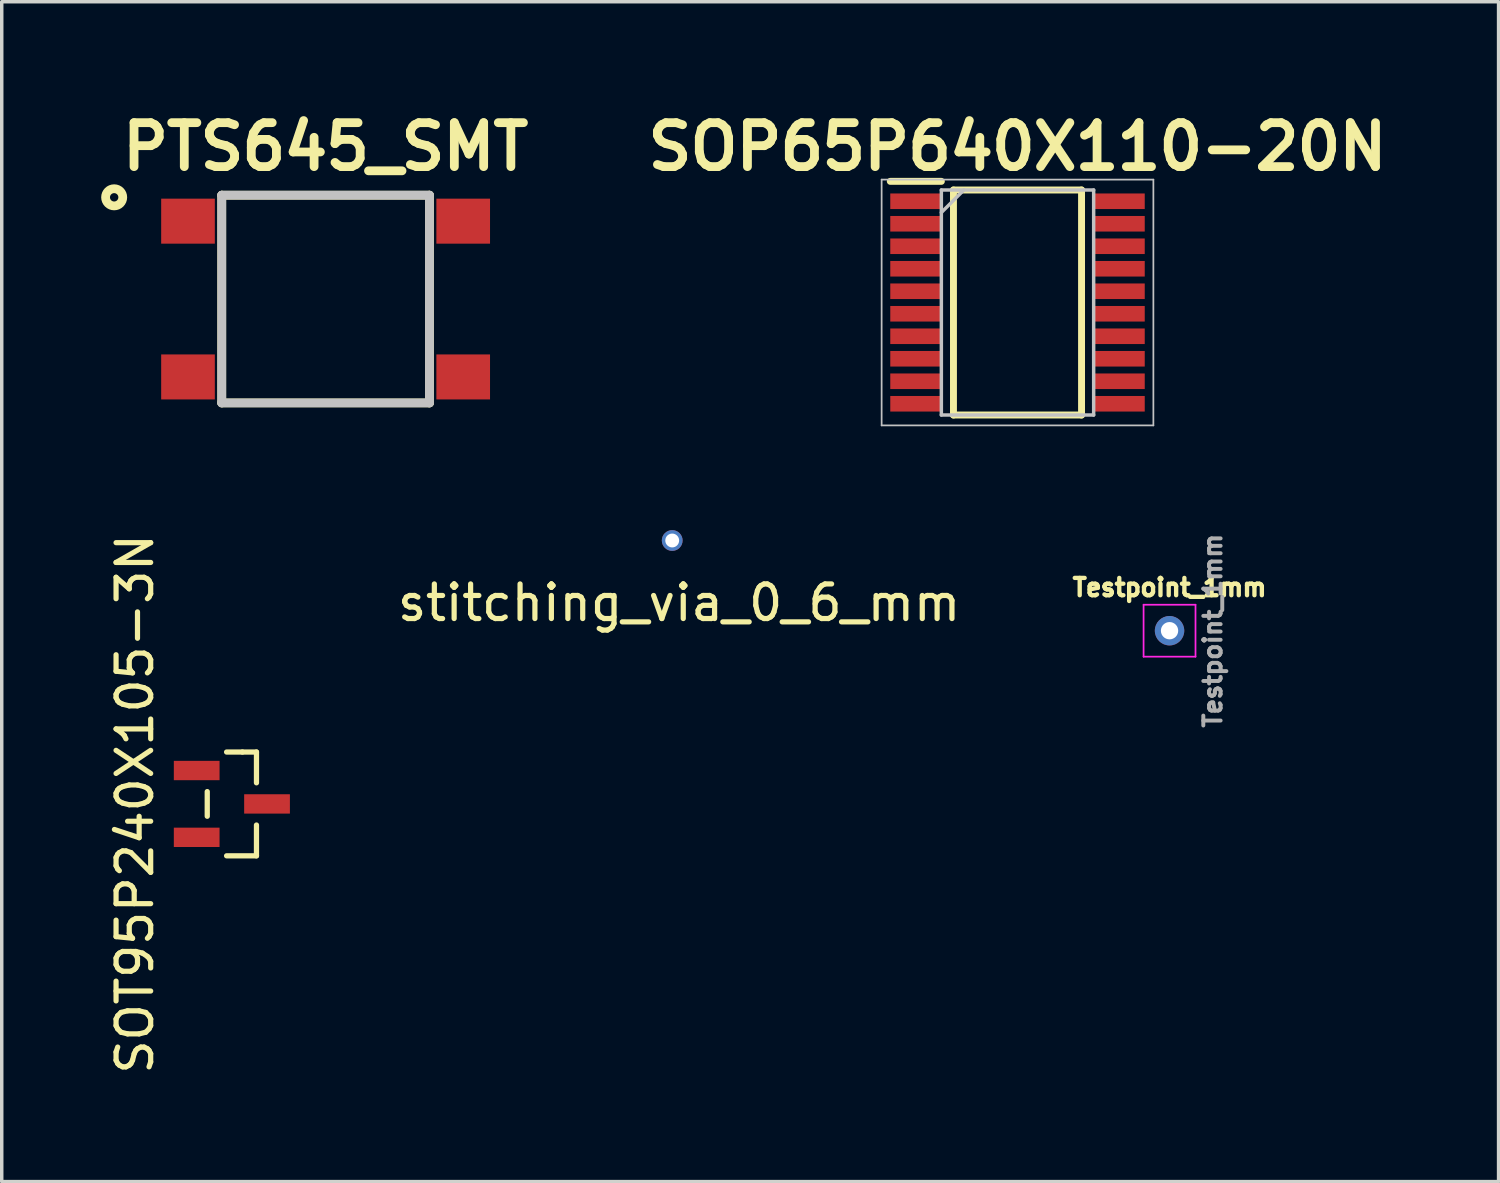
<source format=kicad_pcb>
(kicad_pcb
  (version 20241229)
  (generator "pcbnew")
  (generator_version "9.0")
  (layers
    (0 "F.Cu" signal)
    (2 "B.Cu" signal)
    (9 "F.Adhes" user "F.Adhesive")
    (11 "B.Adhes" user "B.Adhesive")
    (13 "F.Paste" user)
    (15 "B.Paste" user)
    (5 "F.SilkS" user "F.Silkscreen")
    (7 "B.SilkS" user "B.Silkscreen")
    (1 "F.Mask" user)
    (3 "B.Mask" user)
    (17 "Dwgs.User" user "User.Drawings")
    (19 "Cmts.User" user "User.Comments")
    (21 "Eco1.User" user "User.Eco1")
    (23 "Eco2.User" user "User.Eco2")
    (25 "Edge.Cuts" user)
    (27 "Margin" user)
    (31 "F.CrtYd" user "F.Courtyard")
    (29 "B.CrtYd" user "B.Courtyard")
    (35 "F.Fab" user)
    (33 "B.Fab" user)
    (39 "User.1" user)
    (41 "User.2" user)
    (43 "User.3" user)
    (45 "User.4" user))
  (footprint "PTS645_SMT"
    (layer "F.Cu")
    (at 6.356 5.589)
    (property "Reference" "PTS645_SMT" (at 0 -4.4 0) (layer "F.SilkS") (effects (font (size 1.27 1.27) (thickness 0.254))))
    (attr smd)
    (fp_line (start -3 -3) (end -3 3) (stroke (width 0.254) (type solid)) (layer "F.SilkS"))
    (fp_line (start -3 3) (end 3 3) (stroke (width 0.254) (type solid)) (layer "F.SilkS"))
    (fp_line (start 3 -3) (end -3 -3) (stroke (width 0.254) (type solid)) (layer "F.SilkS"))
    (fp_line (start 3 3) (end 3 -3) (stroke (width 0.254) (type solid)) (layer "F.SilkS"))
    (fp_circle (center -6.108 -2.939) (end -6.229 -2.939) (stroke (width 0.254) (type solid)) (fill no) (layer "F.SilkS"))
    (fp_line (start -3 -3) (end 3 -3) (stroke (width 0.254) (type solid)) (layer "Dwgs.User"))
    (fp_line (start -3 3) (end -3 -3) (stroke (width 0.254) (type solid)) (layer "Dwgs.User"))
    (fp_line (start 3 -3) (end 3 3) (stroke (width 0.254) (type solid)) (layer "Dwgs.User"))
    (fp_line (start 3 3) (end -3 3) (stroke (width 0.254) (type solid)) (layer "Dwgs.User"))
    (pad "1" smd rect (at -3.975 -2.25 90) (size 1.3 1.55) (layers "F.Cu" "F.Mask" "F.Paste"))
    (pad "1" smd rect (at 3.975 -2.25 90) (size 1.3 1.55) (layers "F.Cu" "F.Mask" "F.Paste"))
    (pad "2" smd rect (at -3.975 2.25 90) (size 1.3 1.55) (layers "F.Cu" "F.Mask" "F.Paste"))
    (pad "2" smd rect (at 3.975 2.25 90) (size 1.3 1.55) (layers "F.Cu" "F.Mask" "F.Paste")))
  (footprint "stitching_via_0_6_mm"
    (layer "F.Cu")
    (at 16.369 12.564)
    (property "Reference" "stitching_via_0_6_mm" (at 0.2 1.8 0) (layer "F.SilkS") (effects (font (size 1 1) (thickness 0.15))))
    (attr through_hole)
    (pad "" thru_hole circle (at 0 0) (size 0.6 0.6) (drill 0.4) (layers "*.Cu")))
  (footprint "SOP65P640X110-20N"
    (layer "F.Cu")
    (at 26.344 5.689)
    (property "Reference" "SOP65P640X110-20N" (at 0 -4.5 0) (layer "F.SilkS") (effects (font (size 1.27 1.27) (thickness 0.254))))
    (attr smd)
    (fp_line (start -3.675 -3.5) (end -2.2 -3.5) (stroke (width 0.2) (type solid)) (layer "F.SilkS"))
    (fp_line (start -1.85 -3.25) (end 1.85 -3.25) (stroke (width 0.2) (type solid)) (layer "F.SilkS"))
    (fp_line (start -1.85 3.25) (end -1.85 -3.25) (stroke (width 0.2) (type solid)) (layer "F.SilkS"))
    (fp_line (start 1.85 -3.25) (end 1.85 3.25) (stroke (width 0.2) (type solid)) (layer "F.SilkS"))
    (fp_line (start 1.85 3.25) (end -1.85 3.25) (stroke (width 0.2) (type solid)) (layer "F.SilkS"))
    (fp_line (start -3.925 -3.55) (end 3.925 -3.55) (stroke (width 0.05) (type solid)) (layer "Dwgs.User"))
    (fp_line (start -3.925 3.55) (end -3.925 -3.55) (stroke (width 0.05) (type solid)) (layer "Dwgs.User"))
    (fp_line (start -2.2 -3.25) (end 2.2 -3.25) (stroke (width 0.1) (type solid)) (layer "Dwgs.User"))
    (fp_line (start -2.2 -2.6) (end -1.55 -3.25) (stroke (width 0.1) (type solid)) (layer "Dwgs.User"))
    (fp_line (start -2.2 3.25) (end -2.2 -3.25) (stroke (width 0.1) (type solid)) (layer "Dwgs.User"))
    (fp_line (start 2.2 -3.25) (end 2.2 3.25) (stroke (width 0.1) (type solid)) (layer "Dwgs.User"))
    (fp_line (start 2.2 3.25) (end -2.2 3.25) (stroke (width 0.1) (type solid)) (layer "Dwgs.User"))
    (fp_line (start 3.925 -3.55) (end 3.925 3.55) (stroke (width 0.05) (type solid)) (layer "Dwgs.User"))
    (fp_line (start 3.925 3.55) (end -3.925 3.55) (stroke (width 0.05) (type solid)) (layer "Dwgs.User"))
    (pad "1" smd rect (at -2.938 -2.925 90) (size 0.45 1.475) (layers "F.Cu" "F.Mask" "F.Paste"))
    (pad "2" smd rect (at -2.938 -2.275 90) (size 0.45 1.475) (layers "F.Cu" "F.Mask" "F.Paste"))
    (pad "3" smd rect (at -2.938 -1.625 90) (size 0.45 1.475) (layers "F.Cu" "F.Mask" "F.Paste"))
    (pad "4" smd rect (at -2.938 -0.975 90) (size 0.45 1.475) (layers "F.Cu" "F.Mask" "F.Paste"))
    (pad "5" smd rect (at -2.938 -0.325 90) (size 0.45 1.475) (layers "F.Cu" "F.Mask" "F.Paste"))
    (pad "6" smd rect (at -2.938 0.325 90) (size 0.45 1.475) (layers "F.Cu" "F.Mask" "F.Paste"))
    (pad "7" smd rect (at -2.938 0.975 90) (size 0.45 1.475) (layers "F.Cu" "F.Mask" "F.Paste"))
    (pad "8" smd rect (at -2.938 1.625 90) (size 0.45 1.475) (layers "F.Cu" "F.Mask" "F.Paste"))
    (pad "9" smd rect (at -2.938 2.275 90) (size 0.45 1.475) (layers "F.Cu" "F.Mask" "F.Paste"))
    (pad "10" smd rect (at -2.938 2.925 90) (size 0.45 1.475) (layers "F.Cu" "F.Mask" "F.Paste"))
    (pad "11" smd rect (at 2.938 2.925 90) (size 0.45 1.475) (layers "F.Cu" "F.Mask" "F.Paste"))
    (pad "12" smd rect (at 2.938 2.275 90) (size 0.45 1.475) (layers "F.Cu" "F.Mask" "F.Paste"))
    (pad "13" smd rect (at 2.938 1.625 90) (size 0.45 1.475) (layers "F.Cu" "F.Mask" "F.Paste"))
    (pad "14" smd rect (at 2.938 0.975 90) (size 0.45 1.475) (layers "F.Cu" "F.Mask" "F.Paste"))
    (pad "15" smd rect (at 2.938 0.325 90) (size 0.45 1.475) (layers "F.Cu" "F.Mask" "F.Paste"))
    (pad "16" smd rect (at 2.938 -0.325 90) (size 0.45 1.475) (layers "F.Cu" "F.Mask" "F.Paste"))
    (pad "17" smd rect (at 2.938 -0.975 90) (size 0.45 1.475) (layers "F.Cu" "F.Mask" "F.Paste"))
    (pad "18" smd rect (at 2.938 -1.625 90) (size 0.45 1.475) (layers "F.Cu" "F.Mask" "F.Paste"))
    (pad "19" smd rect (at 2.938 -2.275 90) (size 0.45 1.475) (layers "F.Cu" "F.Mask" "F.Paste"))
    (pad "20" smd rect (at 2.938 -2.925 90) (size 0.45 1.475) (layers "F.Cu" "F.Mask" "F.Paste")))
  (footprint "SOT95P240X105-3N"
    (layer "F.Cu")
    (at 3.648 20.174)
    (property "Reference" "SOT95P240X105-3N" (at -2.8 0 90) (layer "F.SilkS") (effects (font (size 1 1) (thickness 0.15))))
    (attr smd)
    (fp_line (start -0.711 -0.356) (end -0.711 0.356) (stroke (width 0.152) (type solid)) (layer "F.SilkS"))
    (fp_line (start -0.152 1.499) (end 0.711 1.499) (stroke (width 0.152) (type solid)) (layer "F.SilkS"))
    (fp_line (start 0.305 -1.499) (end -0.152 -1.499) (stroke (width 0.152) (type solid)) (layer "F.SilkS"))
    (fp_line (start 0.711 -1.499) (end 0.305 -1.499) (stroke (width 0.152) (type solid)) (layer "F.SilkS"))
    (fp_line (start 0.711 -0.61) (end 0.711 -1.499) (stroke (width 0.152) (type solid)) (layer "F.SilkS"))
    (fp_line (start 0.711 1.499) (end 0.711 0.61) (stroke (width 0.152) (type solid)) (layer "F.SilkS"))
    (pad "1" smd rect (at -1.016 -0.965 90) (size 0.559 1.321) (layers "F.Cu" "F.Mask" "F.Paste"))
    (pad "2" smd rect (at 1.016 0 90) (size 0.559 1.321) (layers "F.Cu" "F.Mask" "F.Paste"))
    (pad "3" smd rect (at -1.016 0.965 90) (size 0.559 1.321) (layers "F.Cu" "F.Mask" "F.Paste")))
  (footprint "Testpoint_1mm"
    (layer "F.Cu")
    (at 30.736 15.17)
    (property "Reference" "Testpoint_1mm" (at 0 -1.25 0) (layer "F.SilkS") (effects (font (size 0.5 0.5) (thickness 0.125))))
    (attr through_hole)
    (fp_line (start -0.75 -0.75) (end -0.75 0.75) (stroke (width 0.05) (type solid)) (layer "F.CrtYd"))
    (fp_line (start -0.75 0.75) (end 0.75 0.75) (stroke (width 0.05) (type solid)) (layer "F.CrtYd"))
    (fp_line (start 0.75 -0.75) (end -0.75 -0.75) (stroke (width 0.05) (type solid)) (layer "F.CrtYd"))
    (fp_line (start 0.75 0.75) (end 0.75 -0.75) (stroke (width 0.05) (type solid)) (layer "F.CrtYd"))
    (fp_text user "${REFERENCE}" (at 1.25 0 90) (layer "F.Fab") (effects (font (size 0.5 0.5) (thickness 0.114))))
    (pad "1" thru_hole circle (at 0 0) (size 0.85 0.85) (drill 0.5) (layers "*.Cu" "*.Mask")))
  (gr_rect
    (start -3 -3)
    (end 40.241 31.085)
    (stroke (width 0.1) (type default))
    (fill no)
    (layer "Edge.Cuts")))
</source>
